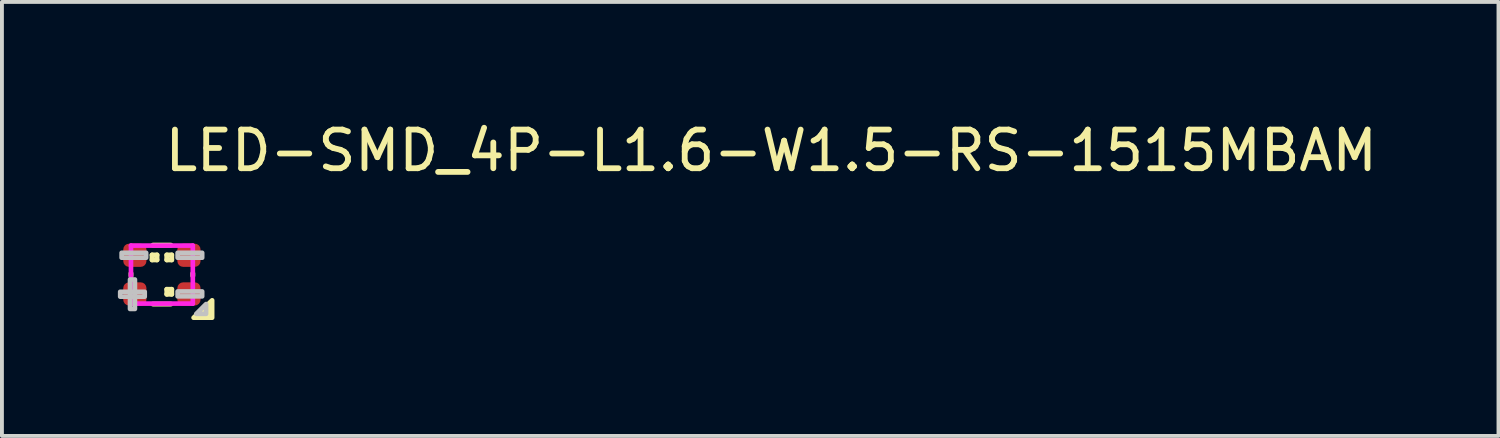
<source format=kicad_pcb>
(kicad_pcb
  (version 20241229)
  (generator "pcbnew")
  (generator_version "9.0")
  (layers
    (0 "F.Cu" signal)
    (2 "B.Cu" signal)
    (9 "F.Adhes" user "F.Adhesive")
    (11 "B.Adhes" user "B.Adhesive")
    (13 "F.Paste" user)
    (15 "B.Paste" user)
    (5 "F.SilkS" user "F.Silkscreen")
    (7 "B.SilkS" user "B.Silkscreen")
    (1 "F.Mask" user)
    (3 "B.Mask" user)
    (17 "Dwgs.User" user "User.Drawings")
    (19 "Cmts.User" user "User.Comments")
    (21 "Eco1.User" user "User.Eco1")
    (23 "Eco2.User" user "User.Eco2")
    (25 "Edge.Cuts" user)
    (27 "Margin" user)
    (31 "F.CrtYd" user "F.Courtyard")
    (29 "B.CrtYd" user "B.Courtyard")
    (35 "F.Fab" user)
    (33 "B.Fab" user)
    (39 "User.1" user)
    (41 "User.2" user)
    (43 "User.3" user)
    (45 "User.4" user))
  (footprint "LED-SMD_4P-L1.6-W1.5-RS-1515MBAM"
    (layer "F.Cu")
    (at 1.139 4.055)
    (property "Reference" "LED-SMD_4P-L1.6-W1.5-RS-1515MBAM" (at 0 -3.207 0) (layer "F.SilkS") (effects (font (size 1 1) (thickness 0.15)) (justify left)))
    (attr through_hole)
    (fp_line (start -0.8 -0.032) (end -0.8 0.032) (stroke (width 0.127) (type solid)) (layer "F.SilkS"))
    (fp_line (start -0.254 -0.508) (end -0.127 -0.508) (stroke (width 0.127) (type solid)) (layer "F.SilkS"))
    (fp_line (start -0.254 -0.381) (end -0.254 -0.508) (stroke (width 0.127) (type solid)) (layer "F.SilkS"))
    (fp_line (start -0.232 -0.762) (end 0.232 -0.762) (stroke (width 0.127) (type solid)) (layer "F.SilkS"))
    (fp_line (start -0.232 0.762) (end 0.232 0.762) (stroke (width 0.127) (type solid)) (layer "F.SilkS"))
    (fp_line (start -0.127 -0.508) (end -0.127 -0.381) (stroke (width 0.127) (type solid)) (layer "F.SilkS"))
    (fp_line (start -0.127 -0.381) (end -0.254 -0.381) (stroke (width 0.127) (type solid)) (layer "F.SilkS"))
    (fp_line (start 0.127 -0.508) (end 0.254 -0.508) (stroke (width 0.127) (type solid)) (layer "F.SilkS"))
    (fp_line (start 0.127 -0.381) (end 0.127 -0.508) (stroke (width 0.127) (type solid)) (layer "F.SilkS"))
    (fp_line (start 0.127 0.381) (end 0.254 0.381) (stroke (width 0.127) (type solid)) (layer "F.SilkS"))
    (fp_line (start 0.127 0.508) (end 0.127 0.381) (stroke (width 0.127) (type solid)) (layer "F.SilkS"))
    (fp_line (start 0.254 -0.508) (end 0.254 -0.381) (stroke (width 0.127) (type solid)) (layer "F.SilkS"))
    (fp_line (start 0.254 -0.381) (end 0.127 -0.381) (stroke (width 0.127) (type solid)) (layer "F.SilkS"))
    (fp_line (start 0.254 0.381) (end 0.254 0.508) (stroke (width 0.127) (type solid)) (layer "F.SilkS"))
    (fp_line (start 0.254 0.508) (end 0.127 0.508) (stroke (width 0.127) (type solid)) (layer "F.SilkS"))
    (fp_line (start 0.8 -0.032) (end 0.8 0.032) (stroke (width 0.127) (type solid)) (layer "F.SilkS"))
    (fp_poly (pts (xy 0.82 1.115) (xy 1.3 1.115) (xy 1.3 0.665)) (stroke (width 0.12) (type solid)) (fill yes) (layer "F.SilkS"))
    (fp_poly (pts (xy 0.889 1.016) (xy 1.143 0.762) (xy 1.143 1.016)) (stroke (width 0.12) (type solid)) (fill no) (layer "Dwgs.User"))
    (fp_poly (pts (xy -1.079 0.444) (xy -1.079 0.571) (xy -0.444 0.571) (xy -0.444 0.444)) (stroke (width 0.12) (type solid)) (fill no) (layer "Dwgs.User"))
    (fp_poly (pts (xy -1.042 -0.564) (xy -1.042 -0.437) (xy -0.407 -0.437) (xy -0.407 -0.564)) (stroke (width 0.12) (type solid)) (fill no) (layer "Dwgs.User"))
    (fp_poly (pts (xy -0.825 0.127) (xy -0.825 0.889) (xy -0.698 0.889) (xy -0.698 0.127)) (stroke (width 0.12) (type solid)) (fill no) (layer "Dwgs.User"))
    (fp_poly (pts (xy 0.407 -0.564) (xy 0.407 -0.437) (xy 1.042 -0.437) (xy 1.042 -0.564)) (stroke (width 0.12) (type solid)) (fill no) (layer "Dwgs.User"))
    (fp_poly (pts (xy 0.407 0.436) (xy 0.407 0.563) (xy 1.042 0.563) (xy 1.042 0.436)) (stroke (width 0.12) (type solid)) (fill no) (layer "Dwgs.User"))
    (fp_circle (center 0.8 0.75) (end 0.83 0.75) (stroke (width 0.06) (type solid)) (fill no) (layer "Eco2.User"))
    (fp_line (start -0.8 -0.75) (end 0.8 -0.75) (stroke (width 0.12) (type solid)) (layer "F.CrtYd"))
    (fp_line (start -0.8 0.75) (end -0.8 -0.75) (stroke (width 0.12) (type solid)) (layer "F.CrtYd"))
    (fp_line (start 0.8 -0.75) (end 0.8 0.75) (stroke (width 0.12) (type solid)) (layer "F.CrtYd"))
    (fp_line (start 0.8 0.75) (end -0.8 0.75) (stroke (width 0.12) (type solid)) (layer "F.CrtYd"))
    (pad "1" smd roundrect (at 0.7 0.5) (size 0.6 0.6) (layers "F.Cu" "F.Mask" "F.Paste") (roundrect_rratio 0.25))
    (pad "2" smd roundrect (at -0.7 0.5) (size 0.6 0.6) (layers "F.Cu" "F.Mask" "F.Paste") (roundrect_rratio 0.25))
    (pad "3" smd roundrect (at -0.7 -0.5) (size 0.6 0.6) (layers "F.Cu" "F.Mask" "F.Paste") (roundrect_rratio 0.25))
    (pad "4" smd roundrect (at 0.7 -0.5) (size 0.6 0.6) (layers "F.Cu" "F.Mask" "F.Paste") (roundrect_rratio 0.25)))
  (gr_rect
    (start -3 -3)
    (end 35.722 8.23)
    (stroke (width 0.1) (type default))
    (fill no)
    (layer "Edge.Cuts")))
</source>
